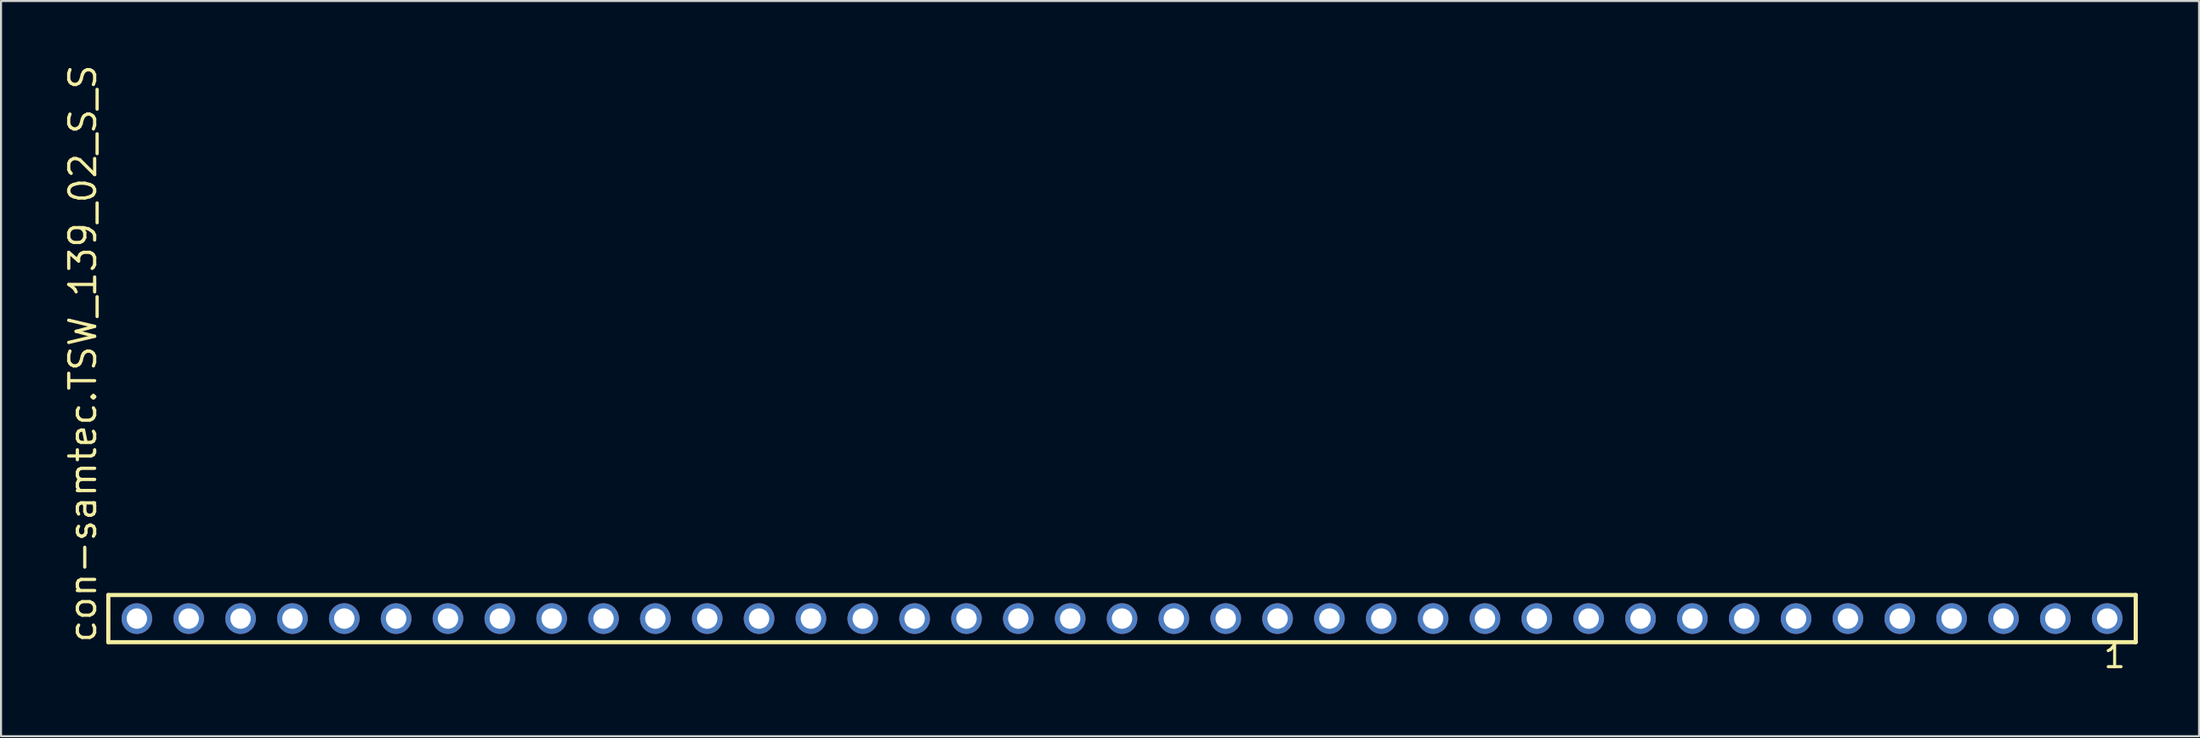
<source format=kicad_pcb>
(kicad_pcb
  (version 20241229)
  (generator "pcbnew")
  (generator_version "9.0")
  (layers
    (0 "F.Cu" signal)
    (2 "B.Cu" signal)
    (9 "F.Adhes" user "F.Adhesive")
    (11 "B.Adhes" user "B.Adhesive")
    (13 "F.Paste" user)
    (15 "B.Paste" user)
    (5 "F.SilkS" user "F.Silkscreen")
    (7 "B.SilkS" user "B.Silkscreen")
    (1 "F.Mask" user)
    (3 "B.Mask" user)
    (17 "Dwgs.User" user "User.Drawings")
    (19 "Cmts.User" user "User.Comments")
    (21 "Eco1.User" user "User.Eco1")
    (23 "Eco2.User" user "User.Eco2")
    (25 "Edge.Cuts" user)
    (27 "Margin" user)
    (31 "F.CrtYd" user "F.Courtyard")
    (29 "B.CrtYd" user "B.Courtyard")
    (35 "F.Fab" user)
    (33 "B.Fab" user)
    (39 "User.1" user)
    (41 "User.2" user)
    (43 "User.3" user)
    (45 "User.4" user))
  (footprint "con-samtec.TSW_139_02_S_S"
    (layer "F.Cu")
    (at 51.915 27.259)
    (property "Reference" "con-samtec.TSW_139_02_S_S" (at -50.165 1.27 90) (layer "F.SilkS") (effects (font (size 1.27 1.27) (thickness 0.16)) (justify left bottom)))
    (attr through_hole)
    (fp_line (start -49.659 -1.155) (end 49.659 -1.155) (stroke (width 0.203) (type default)) (layer "F.SilkS"))
    (fp_line (start -49.659 1.155) (end -49.659 -1.155) (stroke (width 0.203) (type default)) (layer "F.SilkS"))
    (fp_line (start 49.659 -1.155) (end 49.659 1.155) (stroke (width 0.203) (type default)) (layer "F.SilkS"))
    (fp_line (start 49.659 1.155) (end -49.659 1.155) (stroke (width 0.203) (type default)) (layer "F.SilkS"))
    (fp_rect (start -48.61 0.35) (end -47.91 -0.35) (stroke (width 0.05) (type default)) (fill no) (layer "F.Fab"))
    (fp_rect (start -46.07 0.35) (end -45.37 -0.35) (stroke (width 0.05) (type default)) (fill no) (layer "F.Fab"))
    (fp_rect (start -43.53 0.35) (end -42.83 -0.35) (stroke (width 0.05) (type default)) (fill no) (layer "F.Fab"))
    (fp_rect (start -40.99 0.35) (end -40.29 -0.35) (stroke (width 0.05) (type default)) (fill no) (layer "F.Fab"))
    (fp_rect (start -38.45 0.35) (end -37.75 -0.35) (stroke (width 0.05) (type default)) (fill no) (layer "F.Fab"))
    (fp_rect (start -35.91 0.35) (end -35.21 -0.35) (stroke (width 0.05) (type default)) (fill no) (layer "F.Fab"))
    (fp_rect (start -33.37 0.35) (end -32.67 -0.35) (stroke (width 0.05) (type default)) (fill no) (layer "F.Fab"))
    (fp_rect (start -30.83 0.35) (end -30.13 -0.35) (stroke (width 0.05) (type default)) (fill no) (layer "F.Fab"))
    (fp_rect (start -28.29 0.35) (end -27.59 -0.35) (stroke (width 0.05) (type default)) (fill no) (layer "F.Fab"))
    (fp_rect (start -25.75 0.35) (end -25.05 -0.35) (stroke (width 0.05) (type default)) (fill no) (layer "F.Fab"))
    (fp_rect (start -23.21 0.35) (end -22.51 -0.35) (stroke (width 0.05) (type default)) (fill no) (layer "F.Fab"))
    (fp_rect (start -20.67 0.35) (end -19.97 -0.35) (stroke (width 0.05) (type default)) (fill no) (layer "F.Fab"))
    (fp_rect (start -18.13 0.35) (end -17.43 -0.35) (stroke (width 0.05) (type default)) (fill no) (layer "F.Fab"))
    (fp_rect (start -15.59 0.35) (end -14.89 -0.35) (stroke (width 0.05) (type default)) (fill no) (layer "F.Fab"))
    (fp_rect (start -13.05 0.35) (end -12.35 -0.35) (stroke (width 0.05) (type default)) (fill no) (layer "F.Fab"))
    (fp_rect (start -10.51 0.35) (end -9.81 -0.35) (stroke (width 0.05) (type default)) (fill no) (layer "F.Fab"))
    (fp_rect (start -7.97 0.35) (end -7.27 -0.35) (stroke (width 0.05) (type default)) (fill no) (layer "F.Fab"))
    (fp_rect (start -5.43 0.35) (end -4.73 -0.35) (stroke (width 0.05) (type default)) (fill no) (layer "F.Fab"))
    (fp_rect (start -2.89 0.35) (end -2.19 -0.35) (stroke (width 0.05) (type default)) (fill no) (layer "F.Fab"))
    (fp_rect (start -0.35 0.35) (end 0.35 -0.35) (stroke (width 0.05) (type default)) (fill no) (layer "F.Fab"))
    (fp_rect (start 2.19 0.35) (end 2.89 -0.35) (stroke (width 0.05) (type default)) (fill no) (layer "F.Fab"))
    (fp_rect (start 4.73 0.35) (end 5.43 -0.35) (stroke (width 0.05) (type default)) (fill no) (layer "F.Fab"))
    (fp_rect (start 7.27 0.35) (end 7.97 -0.35) (stroke (width 0.05) (type default)) (fill no) (layer "F.Fab"))
    (fp_rect (start 9.81 0.35) (end 10.51 -0.35) (stroke (width 0.05) (type default)) (fill no) (layer "F.Fab"))
    (fp_rect (start 12.35 0.35) (end 13.05 -0.35) (stroke (width 0.05) (type default)) (fill no) (layer "F.Fab"))
    (fp_rect (start 14.89 0.35) (end 15.59 -0.35) (stroke (width 0.05) (type default)) (fill no) (layer "F.Fab"))
    (fp_rect (start 17.43 0.35) (end 18.13 -0.35) (stroke (width 0.05) (type default)) (fill no) (layer "F.Fab"))
    (fp_rect (start 19.97 0.35) (end 20.67 -0.35) (stroke (width 0.05) (type default)) (fill no) (layer "F.Fab"))
    (fp_rect (start 22.51 0.35) (end 23.21 -0.35) (stroke (width 0.05) (type default)) (fill no) (layer "F.Fab"))
    (fp_rect (start 25.05 0.35) (end 25.75 -0.35) (stroke (width 0.05) (type default)) (fill no) (layer "F.Fab"))
    (fp_rect (start 27.59 0.35) (end 28.29 -0.35) (stroke (width 0.05) (type default)) (fill no) (layer "F.Fab"))
    (fp_rect (start 30.13 0.35) (end 30.83 -0.35) (stroke (width 0.05) (type default)) (fill no) (layer "F.Fab"))
    (fp_rect (start 32.67 0.35) (end 33.37 -0.35) (stroke (width 0.05) (type default)) (fill no) (layer "F.Fab"))
    (fp_rect (start 35.21 0.35) (end 35.91 -0.35) (stroke (width 0.05) (type default)) (fill no) (layer "F.Fab"))
    (fp_rect (start 37.75 0.35) (end 38.45 -0.35) (stroke (width 0.05) (type default)) (fill no) (layer "F.Fab"))
    (fp_rect (start 40.29 0.35) (end 40.99 -0.35) (stroke (width 0.05) (type default)) (fill no) (layer "F.Fab"))
    (fp_rect (start 42.83 0.35) (end 43.53 -0.35) (stroke (width 0.05) (type default)) (fill no) (layer "F.Fab"))
    (fp_rect (start 45.37 0.35) (end 46.07 -0.35) (stroke (width 0.05) (type default)) (fill no) (layer "F.Fab"))
    (fp_rect (start 47.91 0.35) (end 48.61 -0.35) (stroke (width 0.05) (type default)) (fill no) (layer "F.Fab"))
    (fp_text user "1" (at 48.002 2.498 0) (layer "F.SilkS") (effects (font (size 1.1 1.1) (thickness 0.15)) (justify left bottom)))
    (pad "1" thru_hole circle (at 48.26 0 180) (size 1.5 1.5) (drill 1) (layers "*.Cu" "*.Mask"))
    (pad "2" thru_hole circle (at 45.72 0 180) (size 1.5 1.5) (drill 1) (layers "*.Cu" "*.Mask"))
    (pad "3" thru_hole circle (at 43.18 0 180) (size 1.5 1.5) (drill 1) (layers "*.Cu" "*.Mask"))
    (pad "4" thru_hole circle (at 40.64 0 180) (size 1.5 1.5) (drill 1) (layers "*.Cu" "*.Mask"))
    (pad "5" thru_hole circle (at 38.1 0 180) (size 1.5 1.5) (drill 1) (layers "*.Cu" "*.Mask"))
    (pad "6" thru_hole circle (at 35.56 0 180) (size 1.5 1.5) (drill 1) (layers "*.Cu" "*.Mask"))
    (pad "7" thru_hole circle (at 33.02 0 180) (size 1.5 1.5) (drill 1) (layers "*.Cu" "*.Mask"))
    (pad "8" thru_hole circle (at 30.48 0 180) (size 1.5 1.5) (drill 1) (layers "*.Cu" "*.Mask"))
    (pad "9" thru_hole circle (at 27.94 0 180) (size 1.5 1.5) (drill 1) (layers "*.Cu" "*.Mask"))
    (pad "10" thru_hole circle (at 25.4 0 180) (size 1.5 1.5) (drill 1) (layers "*.Cu" "*.Mask"))
    (pad "11" thru_hole circle (at 22.86 0 180) (size 1.5 1.5) (drill 1) (layers "*.Cu" "*.Mask"))
    (pad "12" thru_hole circle (at 20.32 0 180) (size 1.5 1.5) (drill 1) (layers "*.Cu" "*.Mask"))
    (pad "13" thru_hole circle (at 17.78 0 180) (size 1.5 1.5) (drill 1) (layers "*.Cu" "*.Mask"))
    (pad "14" thru_hole circle (at 15.24 0 180) (size 1.5 1.5) (drill 1) (layers "*.Cu" "*.Mask"))
    (pad "15" thru_hole circle (at 12.7 0 180) (size 1.5 1.5) (drill 1) (layers "*.Cu" "*.Mask"))
    (pad "16" thru_hole circle (at 10.16 0 180) (size 1.5 1.5) (drill 1) (layers "*.Cu" "*.Mask"))
    (pad "17" thru_hole circle (at 7.62 0 180) (size 1.5 1.5) (drill 1) (layers "*.Cu" "*.Mask"))
    (pad "18" thru_hole circle (at 5.08 0 180) (size 1.5 1.5) (drill 1) (layers "*.Cu" "*.Mask"))
    (pad "19" thru_hole circle (at 2.54 0 180) (size 1.5 1.5) (drill 1) (layers "*.Cu" "*.Mask"))
    (pad "20" thru_hole circle (at 0 0 180) (size 1.5 1.5) (drill 1) (layers "*.Cu" "*.Mask"))
    (pad "21" thru_hole circle (at -2.54 0 180) (size 1.5 1.5) (drill 1) (layers "*.Cu" "*.Mask"))
    (pad "22" thru_hole circle (at -5.08 0 180) (size 1.5 1.5) (drill 1) (layers "*.Cu" "*.Mask"))
    (pad "23" thru_hole circle (at -7.62 0 180) (size 1.5 1.5) (drill 1) (layers "*.Cu" "*.Mask"))
    (pad "24" thru_hole circle (at -10.16 0 180) (size 1.5 1.5) (drill 1) (layers "*.Cu" "*.Mask"))
    (pad "25" thru_hole circle (at -12.7 0 180) (size 1.5 1.5) (drill 1) (layers "*.Cu" "*.Mask"))
    (pad "26" thru_hole circle (at -15.24 0 180) (size 1.5 1.5) (drill 1) (layers "*.Cu" "*.Mask"))
    (pad "27" thru_hole circle (at -17.78 0 180) (size 1.5 1.5) (drill 1) (layers "*.Cu" "*.Mask"))
    (pad "28" thru_hole circle (at -20.32 0 180) (size 1.5 1.5) (drill 1) (layers "*.Cu" "*.Mask"))
    (pad "29" thru_hole circle (at -22.86 0 180) (size 1.5 1.5) (drill 1) (layers "*.Cu" "*.Mask"))
    (pad "30" thru_hole circle (at -25.4 0 180) (size 1.5 1.5) (drill 1) (layers "*.Cu" "*.Mask"))
    (pad "31" thru_hole circle (at -27.94 0 180) (size 1.5 1.5) (drill 1) (layers "*.Cu" "*.Mask"))
    (pad "32" thru_hole circle (at -30.48 0 180) (size 1.5 1.5) (drill 1) (layers "*.Cu" "*.Mask"))
    (pad "33" thru_hole circle (at -33.02 0 180) (size 1.5 1.5) (drill 1) (layers "*.Cu" "*.Mask"))
    (pad "34" thru_hole circle (at -35.56 0 180) (size 1.5 1.5) (drill 1) (layers "*.Cu" "*.Mask"))
    (pad "35" thru_hole circle (at -38.1 0 180) (size 1.5 1.5) (drill 1) (layers "*.Cu" "*.Mask"))
    (pad "36" thru_hole circle (at -40.64 0 180) (size 1.5 1.5) (drill 1) (layers "*.Cu" "*.Mask"))
    (pad "37" thru_hole circle (at -43.18 0 180) (size 1.5 1.5) (drill 1) (layers "*.Cu" "*.Mask"))
    (pad "38" thru_hole circle (at -45.72 0 180) (size 1.5 1.5) (drill 1) (layers "*.Cu" "*.Mask"))
    (pad "39" thru_hole circle (at -48.26 0 180) (size 1.5 1.5) (drill 1) (layers "*.Cu" "*.Mask")))
  (gr_rect
    (start -3 -3)
    (end 104.676 33.02)
    (stroke (width 0.1) (type default))
    (fill no)
    (layer "Edge.Cuts")))
</source>
